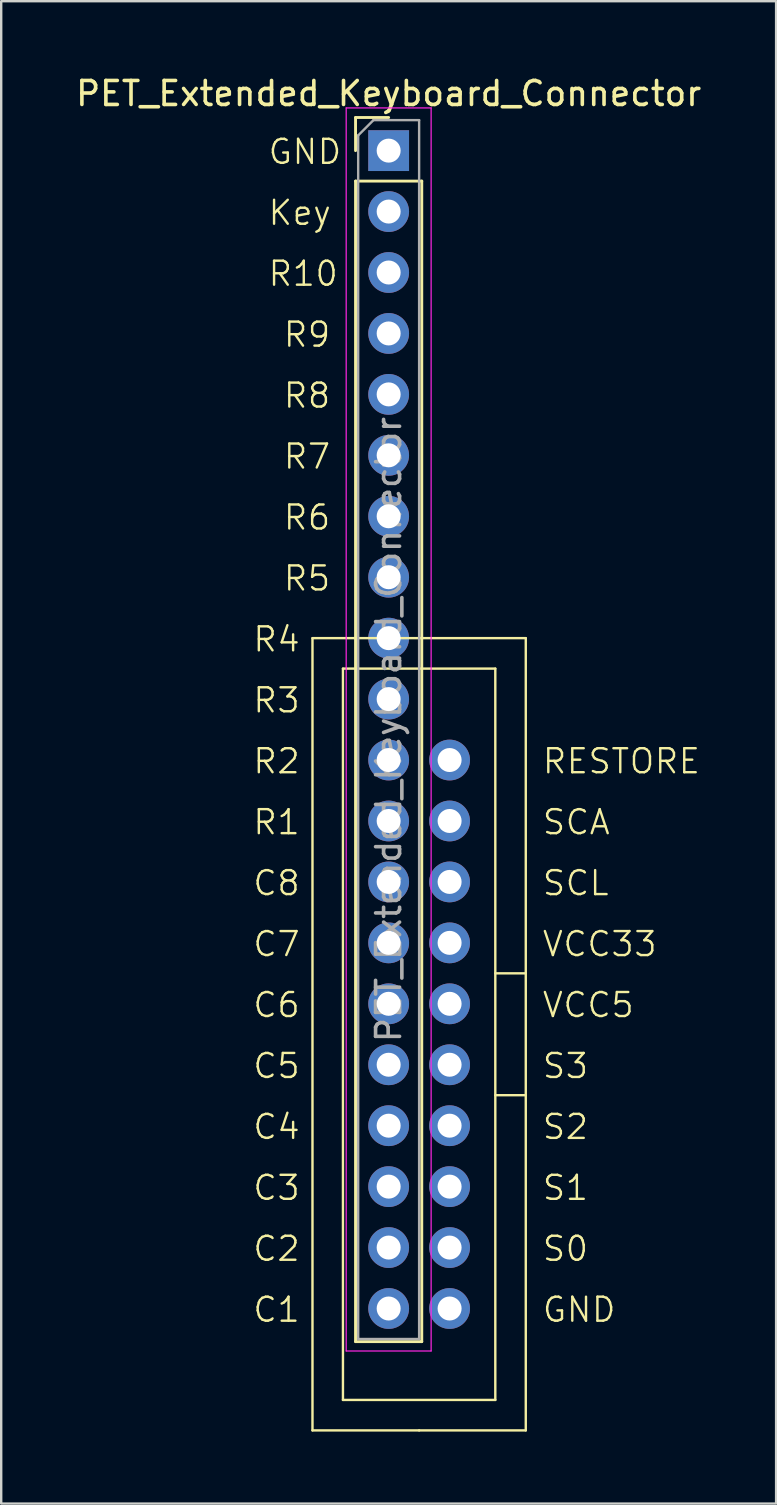
<source format=kicad_pcb>
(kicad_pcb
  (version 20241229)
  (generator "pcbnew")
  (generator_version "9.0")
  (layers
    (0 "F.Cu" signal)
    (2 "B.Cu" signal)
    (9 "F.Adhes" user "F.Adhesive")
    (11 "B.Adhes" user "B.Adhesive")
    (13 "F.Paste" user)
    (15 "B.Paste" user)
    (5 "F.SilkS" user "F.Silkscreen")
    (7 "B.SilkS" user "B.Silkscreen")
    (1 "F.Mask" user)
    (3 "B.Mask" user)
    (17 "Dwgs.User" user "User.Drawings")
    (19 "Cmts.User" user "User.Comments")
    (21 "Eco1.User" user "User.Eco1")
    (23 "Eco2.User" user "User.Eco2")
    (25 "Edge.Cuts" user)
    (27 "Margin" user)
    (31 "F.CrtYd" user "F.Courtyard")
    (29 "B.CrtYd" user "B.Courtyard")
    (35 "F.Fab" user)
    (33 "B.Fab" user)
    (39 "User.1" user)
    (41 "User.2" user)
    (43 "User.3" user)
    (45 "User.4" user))
  (footprint "PET_Extended_Keyboard_Connector"
    (layer "F.Cu")
    (at 13.149 3.228)
    (property "Reference" "PET_Extended_Keyboard_Connector" (at 0 -2.38 0) (layer "F.SilkS") (effects (font (size 1 1) (thickness 0.15))))
    (attr through_hole)
    (fp_line (start -3.175 20.32) (end -3.175 53.34) (stroke (width 0.1) (type default)) (layer "F.SilkS"))
    (fp_line (start -3.175 53.34) (end 1.27 53.34) (stroke (width 0.1) (type default)) (layer "F.SilkS"))
    (fp_line (start -1.905 21.59) (end -1.905 52.07) (stroke (width 0.1) (type default)) (layer "F.SilkS"))
    (fp_line (start -1.905 52.07) (end 4.445 52.07) (stroke (width 0.1) (type default)) (layer "F.SilkS"))
    (fp_line (start -1.38 -1.38) (end 0 -1.38) (stroke (width 0.12) (type solid)) (layer "F.SilkS"))
    (fp_line (start -1.38 0) (end -1.38 -1.38) (stroke (width 0.12) (type solid)) (layer "F.SilkS"))
    (fp_line (start -1.38 1.27) (end -1.38 49.64) (stroke (width 0.12) (type solid)) (layer "F.SilkS"))
    (fp_line (start -1.38 1.27) (end 1.38 1.27) (stroke (width 0.12) (type solid)) (layer "F.SilkS"))
    (fp_line (start -1.38 49.64) (end 1.38 49.64) (stroke (width 0.12) (type solid)) (layer "F.SilkS"))
    (fp_line (start 1.27 53.34) (end 5.715 53.34) (stroke (width 0.1) (type default)) (layer "F.SilkS"))
    (fp_line (start 1.38 1.27) (end 1.38 49.64) (stroke (width 0.12) (type solid)) (layer "F.SilkS"))
    (fp_line (start 4.445 21.59) (end -1.905 21.59) (stroke (width 0.1) (type default)) (layer "F.SilkS"))
    (fp_line (start 4.445 34.29) (end 5.715 34.29) (stroke (width 0.1) (type default)) (layer "F.SilkS"))
    (fp_line (start 4.445 39.37) (end 5.715 39.37) (stroke (width 0.1) (type default)) (layer "F.SilkS"))
    (fp_line (start 4.445 52.07) (end 4.445 21.59) (stroke (width 0.1) (type default)) (layer "F.SilkS"))
    (fp_line (start 5.715 20.32) (end -3.175 20.32) (stroke (width 0.1) (type default)) (layer "F.SilkS"))
    (fp_line (start 5.715 53.34) (end 5.715 20.32) (stroke (width 0.1) (type default)) (layer "F.SilkS"))
    (fp_line (start -1.77 -1.78) (end -1.77 50.03) (stroke (width 0.05) (type solid)) (layer "F.CrtYd"))
    (fp_line (start -1.77 50.03) (end 1.77 50.03) (stroke (width 0.05) (type solid)) (layer "F.CrtYd"))
    (fp_line (start 1.77 -1.78) (end -1.77 -1.78) (stroke (width 0.05) (type solid)) (layer "F.CrtYd"))
    (fp_line (start 1.77 50.03) (end 1.77 -1.78) (stroke (width 0.05) (type solid)) (layer "F.CrtYd"))
    (fp_line (start -1.27 -0.635) (end -0.635 -1.27) (stroke (width 0.1) (type solid)) (layer "F.Fab"))
    (fp_line (start -1.27 49.53) (end -1.27 -0.635) (stroke (width 0.1) (type solid)) (layer "F.Fab"))
    (fp_line (start -0.635 -1.27) (end 1.27 -1.27) (stroke (width 0.1) (type solid)) (layer "F.Fab"))
    (fp_line (start 1.27 -1.27) (end 1.27 49.53) (stroke (width 0.1) (type solid)) (layer "F.Fab"))
    (fp_line (start 1.27 49.53) (end -1.27 49.53) (stroke (width 0.1) (type solid)) (layer "F.Fab"))
    (fp_text user "S2" (at 6.35 41.275 0) (unlocked yes) (layer "F.SilkS") (effects (font (size 1 1) (thickness 0.1)) (justify left bottom)))
    (fp_text user "R9" (at -4.445 8.255 0) (unlocked yes) (layer "F.SilkS") (effects (font (size 1 1) (thickness 0.1)) (justify left bottom)))
    (fp_text user "GND" (at -5.08 0.635 0) (unlocked yes) (layer "F.SilkS") (effects (font (size 1 1) (thickness 0.1)) (justify left bottom)))
    (fp_text user "VCC5" (at 6.35 36.195 0) (unlocked yes) (layer "F.SilkS") (effects (font (size 1 1) (thickness 0.1)) (justify left bottom)))
    (fp_text user "R2" (at -5.715 26.035 0) (unlocked yes) (layer "F.SilkS") (effects (font (size 1 1) (thickness 0.1)) (justify left bottom)))
    (fp_text user "R4" (at -5.715 20.955 0) (unlocked yes) (layer "F.SilkS") (effects (font (size 1 1) (thickness 0.1)) (justify left bottom)))
    (fp_text user "GND" (at 6.35 48.895 0) (unlocked yes) (layer "F.SilkS") (effects (font (size 1 1) (thickness 0.1)) (justify left bottom)))
    (fp_text user "S1" (at 6.35 43.815 0) (unlocked yes) (layer "F.SilkS") (effects (font (size 1 1) (thickness 0.1)) (justify left bottom)))
    (fp_text user "SCL" (at 6.35 31.115 0) (unlocked yes) (layer "F.SilkS") (effects (font (size 1 1) (thickness 0.1)) (justify left bottom)))
    (fp_text user "C6" (at -5.715 36.195 0) (unlocked yes) (layer "F.SilkS") (effects (font (size 1 1) (thickness 0.1)) (justify left bottom)))
    (fp_text user "S0" (at 6.35 46.355 0) (unlocked yes) (layer "F.SilkS") (effects (font (size 1 1) (thickness 0.1)) (justify left bottom)))
    (fp_text user "RESTORE" (at 6.35 26.035 0) (unlocked yes) (layer "F.SilkS") (effects (font (size 1 1) (thickness 0.1)) (justify left bottom)))
    (fp_text user "C8" (at -5.715 31.115 0) (unlocked yes) (layer "F.SilkS") (effects (font (size 1 1) (thickness 0.1)) (justify left bottom)))
    (fp_text user "C4" (at -5.715 41.275 0) (unlocked yes) (layer "F.SilkS") (effects (font (size 1 1) (thickness 0.1)) (justify left bottom)))
    (fp_text user "R10" (at -5.08 5.715 0) (unlocked yes) (layer "F.SilkS") (effects (font (size 1 1) (thickness 0.1)) (justify left bottom)))
    (fp_text user "R3" (at -5.715 23.495 0) (unlocked yes) (layer "F.SilkS") (effects (font (size 1 1) (thickness 0.1)) (justify left bottom)))
    (fp_text user "R6" (at -4.445 15.875 0) (unlocked yes) (layer "F.SilkS") (effects (font (size 1 1) (thickness 0.1)) (justify left bottom)))
    (fp_text user "C1" (at -5.715 48.895 0) (unlocked yes) (layer "F.SilkS") (effects (font (size 1 1) (thickness 0.1)) (justify left bottom)))
    (fp_text user "Key" (at -5.08 3.175 0) (unlocked yes) (layer "F.SilkS") (effects (font (size 1 1) (thickness 0.1)) (justify left bottom)))
    (fp_text user "SCA" (at 6.35 28.575 0) (unlocked yes) (layer "F.SilkS") (effects (font (size 1 1) (thickness 0.1)) (justify left bottom)))
    (fp_text user "C3" (at -5.715 43.815 0) (unlocked yes) (layer "F.SilkS") (effects (font (size 1 1) (thickness 0.1)) (justify left bottom)))
    (fp_text user "S3" (at 6.35 38.735 0) (unlocked yes) (layer "F.SilkS") (effects (font (size 1 1) (thickness 0.1)) (justify left bottom)))
    (fp_text user "R8" (at -4.445 10.795 0) (unlocked yes) (layer "F.SilkS") (effects (font (size 1 1) (thickness 0.1)) (justify left bottom)))
    (fp_text user "R1" (at -5.715 28.575 0) (unlocked yes) (layer "F.SilkS") (effects (font (size 1 1) (thickness 0.1)) (justify left bottom)))
    (fp_text user "VCC33" (at 6.35 33.655 0) (unlocked yes) (layer "F.SilkS") (effects (font (size 1 1) (thickness 0.1)) (justify left bottom)))
    (fp_text user "R7" (at -4.445 13.335 0) (unlocked yes) (layer "F.SilkS") (effects (font (size 1 1) (thickness 0.1)) (justify left bottom)))
    (fp_text user "C2" (at -5.715 46.355 0) (unlocked yes) (layer "F.SilkS") (effects (font (size 1 1) (thickness 0.1)) (justify left bottom)))
    (fp_text user "R5" (at -4.445 18.415 0) (unlocked yes) (layer "F.SilkS") (effects (font (size 1 1) (thickness 0.1)) (justify left bottom)))
    (fp_text user "C5" (at -5.715 38.735 0) (unlocked yes) (layer "F.SilkS") (effects (font (size 1 1) (thickness 0.1)) (justify left bottom)))
    (fp_text user "C7" (at -5.715 33.655 0) (unlocked yes) (layer "F.SilkS") (effects (font (size 1 1) (thickness 0.1)) (justify left bottom)))
    (fp_text user "${REFERENCE}" (at 0 24.13 90) (layer "F.Fab") (effects (font (size 1 1) (thickness 0.15))))
    (pad "1" thru_hole rect (at 0 0) (size 1.7 1.7) (drill 1) (layers "*.Cu" "*.Mask"))
    (pad "2" thru_hole circle (at 0 2.54) (size 1.7 1.7) (drill 1) (layers "*.Cu" "*.Mask"))
    (pad "3" thru_hole circle (at 0 5.08) (size 1.7 1.7) (drill 1) (layers "*.Cu" "*.Mask"))
    (pad "4" thru_hole circle (at 0 7.62) (size 1.7 1.7) (drill 1) (layers "*.Cu" "*.Mask"))
    (pad "5" thru_hole circle (at 0 10.16) (size 1.7 1.7) (drill 1) (layers "*.Cu" "*.Mask"))
    (pad "6" thru_hole circle (at 0 12.7) (size 1.7 1.7) (drill 1) (layers "*.Cu" "*.Mask"))
    (pad "7" thru_hole circle (at 0 15.24) (size 1.7 1.7) (drill 1) (layers "*.Cu" "*.Mask"))
    (pad "8" thru_hole circle (at 0 17.78) (size 1.7 1.7) (drill 1) (layers "*.Cu" "*.Mask"))
    (pad "9" thru_hole circle (at 0 20.32) (size 1.7 1.7) (drill 1) (layers "*.Cu" "*.Mask"))
    (pad "10" thru_hole circle (at 0 22.86) (size 1.7 1.7) (drill 1) (layers "*.Cu" "*.Mask"))
    (pad "11" thru_hole circle (at 0 25.4) (size 1.7 1.7) (drill 1) (layers "*.Cu" "*.Mask"))
    (pad "12" thru_hole circle (at 0 27.94) (size 1.7 1.7) (drill 1) (layers "*.Cu" "*.Mask"))
    (pad "13" thru_hole circle (at 0 30.48) (size 1.7 1.7) (drill 1) (layers "*.Cu" "*.Mask"))
    (pad "14" thru_hole circle (at 0 33.02) (size 1.7 1.7) (drill 1) (layers "*.Cu" "*.Mask"))
    (pad "15" thru_hole circle (at 0 35.56) (size 1.7 1.7) (drill 1) (layers "*.Cu" "*.Mask"))
    (pad "16" thru_hole circle (at 0 38.1) (size 1.7 1.7) (drill 1) (layers "*.Cu" "*.Mask"))
    (pad "17" thru_hole circle (at 0 40.64) (size 1.7 1.7) (drill 1) (layers "*.Cu" "*.Mask"))
    (pad "18" thru_hole circle (at 0 43.18) (size 1.7 1.7) (drill 1) (layers "*.Cu" "*.Mask"))
    (pad "19" thru_hole circle (at 0 45.72) (size 1.7 1.7) (drill 1) (layers "*.Cu" "*.Mask"))
    (pad "20" thru_hole circle (at 0 48.26) (size 1.7 1.7) (drill 1) (layers "*.Cu" "*.Mask"))
    (pad "21" thru_hole circle (at 2.54 48.26) (size 1.7 1.7) (drill 1) (layers "*.Cu" "*.Mask"))
    (pad "22" thru_hole circle (at 2.54 45.72) (size 1.7 1.7) (drill 1) (layers "*.Cu" "*.Mask"))
    (pad "23" thru_hole circle (at 2.54 43.18) (size 1.7 1.7) (drill 1) (layers "*.Cu" "*.Mask"))
    (pad "24" thru_hole circle (at 2.54 40.64) (size 1.7 1.7) (drill 1) (layers "*.Cu" "*.Mask"))
    (pad "25" thru_hole circle (at 2.54 38.1) (size 1.7 1.7) (drill 1) (layers "*.Cu" "*.Mask"))
    (pad "26" thru_hole circle (at 2.54 35.56) (size 1.7 1.7) (drill 1) (layers "*.Cu" "*.Mask"))
    (pad "27" thru_hole circle (at 2.54 33.02) (size 1.7 1.7) (drill 1) (layers "*.Cu" "*.Mask"))
    (pad "28" thru_hole circle (at 2.54 30.48) (size 1.7 1.7) (drill 1) (layers "*.Cu" "*.Mask"))
    (pad "29" thru_hole circle (at 2.54 27.94) (size 1.7 1.7) (drill 1) (layers "*.Cu" "*.Mask"))
    (pad "30" thru_hole circle (at 2.54 25.4) (size 1.7 1.7) (drill 1) (layers "*.Cu" "*.Mask")))
  (gr_rect
    (start -3 -3)
    (end 29.298 59.618)
    (stroke (width 0.1) (type default))
    (fill no)
    (layer "Edge.Cuts")))
</source>
